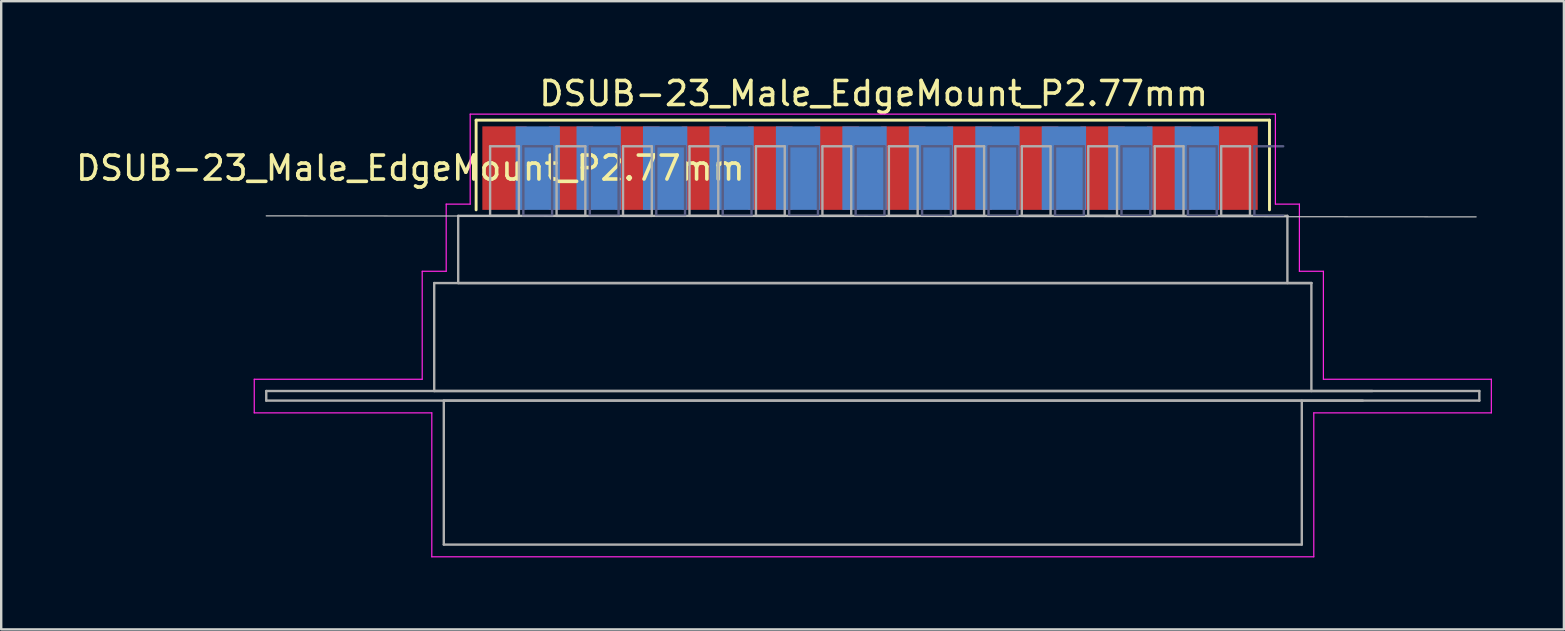
<source format=kicad_pcb>
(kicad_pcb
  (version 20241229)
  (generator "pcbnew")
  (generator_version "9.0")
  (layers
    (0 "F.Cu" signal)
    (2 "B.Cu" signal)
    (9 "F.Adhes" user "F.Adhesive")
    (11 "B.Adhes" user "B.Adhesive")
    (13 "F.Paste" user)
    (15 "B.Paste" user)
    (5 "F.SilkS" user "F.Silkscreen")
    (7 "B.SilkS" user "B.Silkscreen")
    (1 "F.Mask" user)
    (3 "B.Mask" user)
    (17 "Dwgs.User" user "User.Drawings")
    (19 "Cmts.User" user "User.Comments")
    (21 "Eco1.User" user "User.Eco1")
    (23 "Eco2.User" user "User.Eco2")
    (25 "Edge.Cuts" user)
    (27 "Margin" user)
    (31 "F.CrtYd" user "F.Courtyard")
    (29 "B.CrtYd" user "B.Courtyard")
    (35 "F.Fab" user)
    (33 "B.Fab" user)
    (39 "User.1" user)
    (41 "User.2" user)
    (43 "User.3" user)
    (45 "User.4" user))
  (footprint "DSUB-23_Male_EdgeMount_P2.77mm"
    (layer "F.Cu")
    (at 33.073 3.957)
    (property "Reference" "DSUB-23_Male_EdgeMount_P2.77mm" (at -19.019 0 0) (layer "F.SilkS") (effects (font (size 1 1) (thickness 0.15))))
    (attr smd)
    (fp_line (start -16.279 -2) (end -16.279 1.74) (stroke (width 0.12) (type solid)) (layer "F.SilkS"))
    (fp_line (start 16.787 -2) (end -16.279 -2) (stroke (width 0.12) (type solid)) (layer "F.SilkS"))
    (fp_line (start 16.787 1.74) (end 16.787 -2) (stroke (width 0.12) (type solid)) (layer "F.SilkS"))
    (fp_line (start -25.026 1.99) (end 25.4 2.032) (stroke (width 0.05) (type solid)) (layer "Dwgs.User"))
    (fp_line (start -25.526 8.8) (end -18.526 8.8) (stroke (width 0.05) (type solid)) (layer "F.CrtYd"))
    (fp_line (start -25.526 10.2) (end -25.526 8.8) (stroke (width 0.05) (type solid)) (layer "F.CrtYd"))
    (fp_line (start -18.526 4.3) (end -17.526 4.3) (stroke (width 0.05) (type solid)) (layer "F.CrtYd"))
    (fp_line (start -18.526 8.8) (end -18.526 4.3) (stroke (width 0.05) (type solid)) (layer "F.CrtYd"))
    (fp_line (start -18.126 10.2) (end -25.526 10.2) (stroke (width 0.05) (type solid)) (layer "F.CrtYd"))
    (fp_line (start -18.126 16.2) (end -18.126 10.2) (stroke (width 0.05) (type solid)) (layer "F.CrtYd"))
    (fp_line (start -17.526 1.5) (end -16.526 1.5) (stroke (width 0.05) (type solid)) (layer "F.CrtYd"))
    (fp_line (start -17.526 4.3) (end -17.526 1.5) (stroke (width 0.05) (type solid)) (layer "F.CrtYd"))
    (fp_line (start -16.526 -2.25) (end 17.034 -2.25) (stroke (width 0.05) (type solid)) (layer "F.CrtYd"))
    (fp_line (start -16.526 1.5) (end -16.526 -2.25) (stroke (width 0.05) (type solid)) (layer "F.CrtYd"))
    (fp_line (start 17.034 -2.25) (end 17.034 1.5) (stroke (width 0.05) (type solid)) (layer "F.CrtYd"))
    (fp_line (start 17.034 1.5) (end 18.034 1.5) (stroke (width 0.05) (type solid)) (layer "F.CrtYd"))
    (fp_line (start 18.034 1.5) (end 18.034 4.3) (stroke (width 0.05) (type solid)) (layer "F.CrtYd"))
    (fp_line (start 18.034 4.3) (end 19.034 4.3) (stroke (width 0.05) (type solid)) (layer "F.CrtYd"))
    (fp_line (start 18.634 10.2) (end 18.634 16.2) (stroke (width 0.05) (type solid)) (layer "F.CrtYd"))
    (fp_line (start 18.634 16.2) (end -18.126 16.2) (stroke (width 0.05) (type solid)) (layer "F.CrtYd"))
    (fp_line (start 19.034 4.3) (end 19.034 8.8) (stroke (width 0.05) (type solid)) (layer "F.CrtYd"))
    (fp_line (start 19.034 8.8) (end 26.034 8.8) (stroke (width 0.05) (type solid)) (layer "F.CrtYd"))
    (fp_line (start 26.034 8.8) (end 26.034 10.2) (stroke (width 0.05) (type solid)) (layer "F.CrtYd"))
    (fp_line (start 26.034 10.2) (end 18.634 10.2) (stroke (width 0.05) (type solid)) (layer "F.CrtYd"))
    (fp_line (start -14.311 -0.91) (end -14.311 1.99) (stroke (width 0.1) (type solid)) (layer "B.Fab"))
    (fp_line (start -14.311 1.99) (end -13.111 1.99) (stroke (width 0.1) (type solid)) (layer "B.Fab"))
    (fp_line (start -13.111 -0.91) (end -14.311 -0.91) (stroke (width 0.1) (type solid)) (layer "B.Fab"))
    (fp_line (start -13.111 1.99) (end -13.111 -0.91) (stroke (width 0.1) (type solid)) (layer "B.Fab"))
    (fp_line (start -11.541 -0.91) (end -11.541 1.99) (stroke (width 0.1) (type solid)) (layer "B.Fab"))
    (fp_line (start -11.541 1.99) (end -10.341 1.99) (stroke (width 0.1) (type solid)) (layer "B.Fab"))
    (fp_line (start -10.341 -0.91) (end -11.541 -0.91) (stroke (width 0.1) (type solid)) (layer "B.Fab"))
    (fp_line (start -10.341 1.99) (end -10.341 -0.91) (stroke (width 0.1) (type solid)) (layer "B.Fab"))
    (fp_line (start -8.771 -0.91) (end -8.771 1.99) (stroke (width 0.1) (type solid)) (layer "B.Fab"))
    (fp_line (start -8.771 1.99) (end -7.571 1.99) (stroke (width 0.1) (type solid)) (layer "B.Fab"))
    (fp_line (start -7.571 -0.91) (end -8.771 -0.91) (stroke (width 0.1) (type solid)) (layer "B.Fab"))
    (fp_line (start -7.571 1.99) (end -7.571 -0.91) (stroke (width 0.1) (type solid)) (layer "B.Fab"))
    (fp_line (start -6.001 -0.91) (end -6.001 1.99) (stroke (width 0.1) (type solid)) (layer "B.Fab"))
    (fp_line (start -6.001 1.99) (end -4.801 1.99) (stroke (width 0.1) (type solid)) (layer "B.Fab"))
    (fp_line (start -4.801 -0.91) (end -6.001 -0.91) (stroke (width 0.1) (type solid)) (layer "B.Fab"))
    (fp_line (start -4.801 1.99) (end -4.801 -0.91) (stroke (width 0.1) (type solid)) (layer "B.Fab"))
    (fp_line (start -3.231 -0.91) (end -3.231 1.99) (stroke (width 0.1) (type solid)) (layer "B.Fab"))
    (fp_line (start -3.231 1.99) (end -2.031 1.99) (stroke (width 0.1) (type solid)) (layer "B.Fab"))
    (fp_line (start -2.031 -0.91) (end -3.231 -0.91) (stroke (width 0.1) (type solid)) (layer "B.Fab"))
    (fp_line (start -2.031 1.99) (end -2.031 -0.91) (stroke (width 0.1) (type solid)) (layer "B.Fab"))
    (fp_line (start -0.461 -0.91) (end -0.461 1.99) (stroke (width 0.1) (type solid)) (layer "B.Fab"))
    (fp_line (start -0.461 1.99) (end 0.739 1.99) (stroke (width 0.1) (type solid)) (layer "B.Fab"))
    (fp_line (start 0.739 -0.91) (end -0.461 -0.91) (stroke (width 0.1) (type solid)) (layer "B.Fab"))
    (fp_line (start 0.739 1.99) (end 0.739 -0.91) (stroke (width 0.1) (type solid)) (layer "B.Fab"))
    (fp_line (start 2.309 -0.91) (end 2.309 1.99) (stroke (width 0.1) (type solid)) (layer "B.Fab"))
    (fp_line (start 2.309 1.99) (end 3.509 1.99) (stroke (width 0.1) (type solid)) (layer "B.Fab"))
    (fp_line (start 3.509 -0.91) (end 2.309 -0.91) (stroke (width 0.1) (type solid)) (layer "B.Fab"))
    (fp_line (start 3.509 1.99) (end 3.509 -0.91) (stroke (width 0.1) (type solid)) (layer "B.Fab"))
    (fp_line (start 5.079 -0.91) (end 5.079 1.99) (stroke (width 0.1) (type solid)) (layer "B.Fab"))
    (fp_line (start 5.079 1.99) (end 6.279 1.99) (stroke (width 0.1) (type solid)) (layer "B.Fab"))
    (fp_line (start 6.279 -0.91) (end 5.079 -0.91) (stroke (width 0.1) (type solid)) (layer "B.Fab"))
    (fp_line (start 6.279 1.99) (end 6.279 -0.91) (stroke (width 0.1) (type solid)) (layer "B.Fab"))
    (fp_line (start 7.849 -0.91) (end 7.849 1.99) (stroke (width 0.1) (type solid)) (layer "B.Fab"))
    (fp_line (start 7.849 1.99) (end 9.049 1.99) (stroke (width 0.1) (type solid)) (layer "B.Fab"))
    (fp_line (start 9.049 -0.91) (end 7.849 -0.91) (stroke (width 0.1) (type solid)) (layer "B.Fab"))
    (fp_line (start 9.049 1.99) (end 9.049 -0.91) (stroke (width 0.1) (type solid)) (layer "B.Fab"))
    (fp_line (start 10.619 -0.91) (end 10.619 1.99) (stroke (width 0.1) (type solid)) (layer "B.Fab"))
    (fp_line (start 10.619 1.99) (end 11.819 1.99) (stroke (width 0.1) (type solid)) (layer "B.Fab"))
    (fp_line (start 11.819 -0.91) (end 10.619 -0.91) (stroke (width 0.1) (type solid)) (layer "B.Fab"))
    (fp_line (start 11.819 1.99) (end 11.819 -0.91) (stroke (width 0.1) (type solid)) (layer "B.Fab"))
    (fp_line (start 13.389 -0.91) (end 13.389 1.99) (stroke (width 0.1) (type solid)) (layer "B.Fab"))
    (fp_line (start 13.389 1.99) (end 14.589 1.99) (stroke (width 0.1) (type solid)) (layer "B.Fab"))
    (fp_line (start 14.589 -0.91) (end 13.389 -0.91) (stroke (width 0.1) (type solid)) (layer "B.Fab"))
    (fp_line (start 14.589 1.99) (end 14.589 -0.91) (stroke (width 0.1) (type solid)) (layer "B.Fab"))
    (fp_line (start 16.159 -0.91) (end 16.159 1.99) (stroke (width 0.1) (type solid)) (layer "B.Fab"))
    (fp_line (start 16.159 1.99) (end 17.359 1.99) (stroke (width 0.1) (type solid)) (layer "B.Fab"))
    (fp_line (start 17.359 -0.91) (end 16.159 -0.91) (stroke (width 0.1) (type solid)) (layer "B.Fab"))
    (fp_line (start -25.026 9.29) (end -25.026 9.69) (stroke (width 0.1) (type solid)) (layer "F.Fab"))
    (fp_line (start -25.026 9.69) (end 25.534 9.69) (stroke (width 0.1) (type solid)) (layer "F.Fab"))
    (fp_line (start -18.026 4.79) (end -18.026 9.29) (stroke (width 0.1) (type solid)) (layer "F.Fab"))
    (fp_line (start -18.026 9.29) (end 21.074 9.29) (stroke (width 0.1) (type solid)) (layer "F.Fab"))
    (fp_line (start -17.626 9.69) (end -17.626 15.69) (stroke (width 0.1) (type solid)) (layer "F.Fab"))
    (fp_line (start -17.626 15.69) (end 18.134 15.69) (stroke (width 0.1) (type solid)) (layer "F.Fab"))
    (fp_line (start -17.026 1.99) (end -17.026 4.79) (stroke (width 0.1) (type solid)) (layer "F.Fab"))
    (fp_line (start -17.026 4.79) (end 18.534 4.79) (stroke (width 0.1) (type solid)) (layer "F.Fab"))
    (fp_line (start -15.696 -0.91) (end -15.696 1.99) (stroke (width 0.1) (type solid)) (layer "F.Fab"))
    (fp_line (start -15.696 1.99) (end -14.496 1.99) (stroke (width 0.1) (type solid)) (layer "F.Fab"))
    (fp_line (start -14.496 -0.91) (end -15.696 -0.91) (stroke (width 0.1) (type solid)) (layer "F.Fab"))
    (fp_line (start -14.496 1.99) (end -14.496 -0.91) (stroke (width 0.1) (type solid)) (layer "F.Fab"))
    (fp_line (start -12.926 -0.91) (end -12.926 1.99) (stroke (width 0.1) (type solid)) (layer "F.Fab"))
    (fp_line (start -12.926 1.99) (end -11.726 1.99) (stroke (width 0.1) (type solid)) (layer "F.Fab"))
    (fp_line (start -11.726 -0.91) (end -12.926 -0.91) (stroke (width 0.1) (type solid)) (layer "F.Fab"))
    (fp_line (start -11.726 1.99) (end -11.726 -0.91) (stroke (width 0.1) (type solid)) (layer "F.Fab"))
    (fp_line (start -10.156 -0.91) (end -10.156 1.99) (stroke (width 0.1) (type solid)) (layer "F.Fab"))
    (fp_line (start -10.156 1.99) (end -8.956 1.99) (stroke (width 0.1) (type solid)) (layer "F.Fab"))
    (fp_line (start -8.956 -0.91) (end -10.156 -0.91) (stroke (width 0.1) (type solid)) (layer "F.Fab"))
    (fp_line (start -8.956 1.99) (end -8.956 -0.91) (stroke (width 0.1) (type solid)) (layer "F.Fab"))
    (fp_line (start -7.386 -0.91) (end -7.386 1.99) (stroke (width 0.1) (type solid)) (layer "F.Fab"))
    (fp_line (start -7.386 1.99) (end -6.186 1.99) (stroke (width 0.1) (type solid)) (layer "F.Fab"))
    (fp_line (start -6.186 -0.91) (end -7.386 -0.91) (stroke (width 0.1) (type solid)) (layer "F.Fab"))
    (fp_line (start -6.186 1.99) (end -6.186 -0.91) (stroke (width 0.1) (type solid)) (layer "F.Fab"))
    (fp_line (start -4.616 -0.91) (end -4.616 1.99) (stroke (width 0.1) (type solid)) (layer "F.Fab"))
    (fp_line (start -4.616 1.99) (end -3.416 1.99) (stroke (width 0.1) (type solid)) (layer "F.Fab"))
    (fp_line (start -3.416 -0.91) (end -4.616 -0.91) (stroke (width 0.1) (type solid)) (layer "F.Fab"))
    (fp_line (start -3.416 1.99) (end -3.416 -0.91) (stroke (width 0.1) (type solid)) (layer "F.Fab"))
    (fp_line (start -1.846 -0.91) (end -1.846 1.99) (stroke (width 0.1) (type solid)) (layer "F.Fab"))
    (fp_line (start -1.846 1.99) (end -0.646 1.99) (stroke (width 0.1) (type solid)) (layer "F.Fab"))
    (fp_line (start -0.646 -0.91) (end -1.846 -0.91) (stroke (width 0.1) (type solid)) (layer "F.Fab"))
    (fp_line (start -0.646 1.99) (end -0.646 -0.91) (stroke (width 0.1) (type solid)) (layer "F.Fab"))
    (fp_line (start 0.924 -0.91) (end 0.924 1.99) (stroke (width 0.1) (type solid)) (layer "F.Fab"))
    (fp_line (start 0.924 1.99) (end 2.124 1.99) (stroke (width 0.1) (type solid)) (layer "F.Fab"))
    (fp_line (start 2.124 -0.91) (end 0.924 -0.91) (stroke (width 0.1) (type solid)) (layer "F.Fab"))
    (fp_line (start 2.124 1.99) (end 2.124 -0.91) (stroke (width 0.1) (type solid)) (layer "F.Fab"))
    (fp_line (start 3.694 -0.91) (end 3.694 1.99) (stroke (width 0.1) (type solid)) (layer "F.Fab"))
    (fp_line (start 3.694 1.99) (end 4.894 1.99) (stroke (width 0.1) (type solid)) (layer "F.Fab"))
    (fp_line (start 4.894 -0.91) (end 3.694 -0.91) (stroke (width 0.1) (type solid)) (layer "F.Fab"))
    (fp_line (start 4.894 1.99) (end 4.894 -0.91) (stroke (width 0.1) (type solid)) (layer "F.Fab"))
    (fp_line (start 6.464 -0.91) (end 6.464 1.99) (stroke (width 0.1) (type solid)) (layer "F.Fab"))
    (fp_line (start 6.464 1.99) (end 7.664 1.99) (stroke (width 0.1) (type solid)) (layer "F.Fab"))
    (fp_line (start 7.664 -0.91) (end 6.464 -0.91) (stroke (width 0.1) (type solid)) (layer "F.Fab"))
    (fp_line (start 7.664 1.99) (end 7.664 -0.91) (stroke (width 0.1) (type solid)) (layer "F.Fab"))
    (fp_line (start 9.234 -0.91) (end 9.234 1.99) (stroke (width 0.1) (type solid)) (layer "F.Fab"))
    (fp_line (start 9.234 1.99) (end 10.434 1.99) (stroke (width 0.1) (type solid)) (layer "F.Fab"))
    (fp_line (start 10.434 -0.91) (end 9.234 -0.91) (stroke (width 0.1) (type solid)) (layer "F.Fab"))
    (fp_line (start 10.434 1.99) (end 10.434 -0.91) (stroke (width 0.1) (type solid)) (layer "F.Fab"))
    (fp_line (start 12.004 -0.91) (end 12.004 1.99) (stroke (width 0.1) (type solid)) (layer "F.Fab"))
    (fp_line (start 12.004 1.99) (end 13.204 1.99) (stroke (width 0.1) (type solid)) (layer "F.Fab"))
    (fp_line (start 13.204 -0.91) (end 12.004 -0.91) (stroke (width 0.1) (type solid)) (layer "F.Fab"))
    (fp_line (start 13.204 1.99) (end 13.204 -0.91) (stroke (width 0.1) (type solid)) (layer "F.Fab"))
    (fp_line (start 14.774 -0.91) (end 14.774 1.99) (stroke (width 0.1) (type solid)) (layer "F.Fab"))
    (fp_line (start 14.774 1.99) (end 15.974 1.99) (stroke (width 0.1) (type solid)) (layer "F.Fab"))
    (fp_line (start 15.974 -0.91) (end 14.774 -0.91) (stroke (width 0.1) (type solid)) (layer "F.Fab"))
    (fp_line (start 15.974 1.99) (end 15.974 -0.91) (stroke (width 0.1) (type solid)) (layer "F.Fab"))
    (fp_line (start 17.534 1.99) (end -17.026 1.99) (stroke (width 0.1) (type solid)) (layer "F.Fab"))
    (fp_line (start 17.534 4.79) (end 17.534 1.99) (stroke (width 0.1) (type solid)) (layer "F.Fab"))
    (fp_line (start 18.134 15.69) (end 18.134 9.69) (stroke (width 0.1) (type solid)) (layer "F.Fab"))
    (fp_line (start 18.534 4.79) (end -18.026 4.79) (stroke (width 0.1) (type solid)) (layer "F.Fab"))
    (fp_line (start 18.534 9.29) (end 18.534 4.79) (stroke (width 0.1) (type solid)) (layer "F.Fab"))
    (fp_line (start 20.674 9.69) (end -17.626 9.69) (stroke (width 0.1) (type solid)) (layer "F.Fab"))
    (fp_line (start 25.534 9.29) (end -25.026 9.29) (stroke (width 0.1) (type solid)) (layer "F.Fab"))
    (fp_line (start 25.534 9.69) (end 25.534 9.29) (stroke (width 0.1) (type solid)) (layer "F.Fab"))
    (fp_text user "${REFERENCE}" (at 0.29 -3.109 180) (layer "F.SilkS") (effects (font (size 1 1) (thickness 0.15))))
    (pad "1" smd rect (at -15.096 0) (size 1.847 3.48) (layers "F.Cu" "F.Mask" "F.Paste"))
    (pad "2" smd rect (at -12.326 0) (size 1.847 3.48) (layers "F.Cu" "F.Mask" "F.Paste"))
    (pad "3" smd rect (at -9.556 0) (size 1.847 3.48) (layers "F.Cu" "F.Mask" "F.Paste"))
    (pad "4" smd rect (at -6.786 0) (size 1.847 3.48) (layers "F.Cu" "F.Mask" "F.Paste"))
    (pad "5" smd rect (at -4.016 0) (size 1.847 3.48) (layers "F.Cu" "F.Mask" "F.Paste"))
    (pad "6" smd rect (at -1.246 0) (size 1.847 3.48) (layers "F.Cu" "F.Mask" "F.Paste"))
    (pad "7" smd rect (at 1.524 0) (size 1.847 3.48) (layers "F.Cu" "F.Mask" "F.Paste"))
    (pad "8" smd rect (at 4.294 0) (size 1.847 3.48) (layers "F.Cu" "F.Mask" "F.Paste"))
    (pad "9" smd rect (at 7.064 0) (size 1.847 3.48) (layers "F.Cu" "F.Mask" "F.Paste"))
    (pad "10" smd rect (at 9.834 0) (size 1.847 3.48) (layers "F.Cu" "F.Mask" "F.Paste"))
    (pad "11" smd rect (at 12.604 0) (size 1.847 3.48) (layers "F.Cu" "F.Mask" "F.Paste"))
    (pad "12" smd rect (at 15.374 0) (size 1.847 3.48) (layers "F.Cu" "F.Mask" "F.Paste"))
    (pad "13" smd rect (at -13.711 0) (size 1.847 3.48) (layers "B.Cu" "B.Mask" "B.Paste"))
    (pad "14" smd rect (at -11.171 0) (size 1.847 3.48) (layers "B.Cu" "B.Mask" "B.Paste"))
    (pad "15" smd rect (at -8.401 0) (size 1.847 3.48) (layers "B.Cu" "B.Mask" "B.Paste"))
    (pad "16" smd rect (at -5.631 0) (size 1.847 3.48) (layers "B.Cu" "B.Mask" "B.Paste"))
    (pad "17" smd rect (at -2.861 0) (size 1.847 3.48) (layers "B.Cu" "B.Mask" "B.Paste"))
    (pad "18" smd rect (at -0.091 0) (size 1.847 3.48) (layers "B.Cu" "B.Mask" "B.Paste"))
    (pad "19" smd rect (at 2.679 0) (size 1.847 3.48) (layers "B.Cu" "B.Mask" "B.Paste"))
    (pad "20" smd rect (at 5.449 0) (size 1.847 3.48) (layers "B.Cu" "B.Mask" "B.Paste"))
    (pad "21" smd rect (at 8.219 0) (size 1.847 3.48) (layers "B.Cu" "B.Mask" "B.Paste"))
    (pad "22" smd rect (at 10.989 0) (size 1.847 3.48) (layers "B.Cu" "B.Mask" "B.Paste"))
    (pad "23" smd rect (at 13.759 0) (size 1.847 3.48) (layers "B.Cu" "B.Mask" "B.Paste")))
  (gr_rect
    (start -3 -3)
    (end 62.132 23.182)
    (stroke (width 0.1) (type default))
    (fill no)
    (layer "Edge.Cuts")))
</source>
